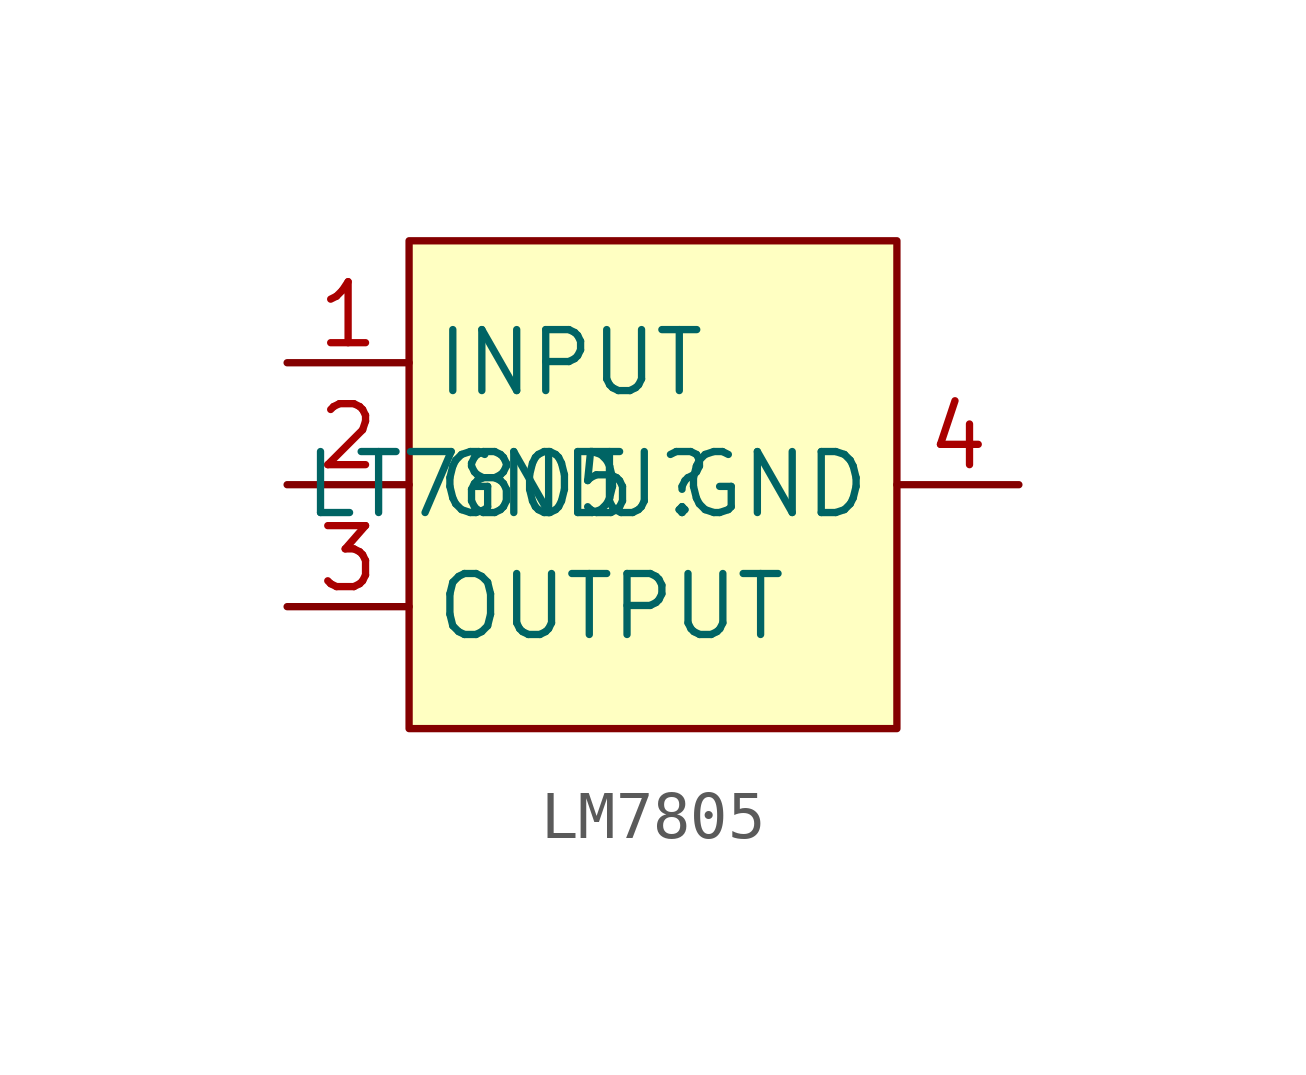
<source format=kicad_sym>
(kicad_symbol_lib
  (version 20241209)
  (generator "kicad_symbol_editor")
  (generator_version "9.0")
  (symbol "LM7805"
    (property "Reference" "U"
      (at 0 0 0)
      (effects (font (size 1.27 1.27))))
    (property "Value" "LT7805"
      (at -3.81 0 0)
      (effects (font (size 1.27 1.27))))
    (symbol "LM7805_1_1"
      (rectangle (start -5.08 5.08) (end 5.08 -5.08) (stroke (width 0) (type default)) (fill (type background)))
      (pin power_in line (at -7.62 2.54 0) (length 2.54) (name "INPUT" (effects (font (size 1.27 1.27)))) (number "1" (effects (font (size 1.27 1.27)))))
      (pin power_in line (at -7.62 0 0) (length 2.54) (name "GND" (effects (font (size 1.27 1.27)))) (number "2" (effects (font (size 1.27 1.27)))))
      (pin power_out line (at -7.62 -2.54 0) (length 2.54) (name "OUTPUT" (effects (font (size 1.27 1.27)))) (number "3" (effects (font (size 1.27 1.27)))))
      (pin input line (at 7.62 0 180) (length 2.54) (name "GND" (effects (font (size 1.27 1.27)))) (number "4" (effects (font (size 1.27 1.27))))))))
</source>
